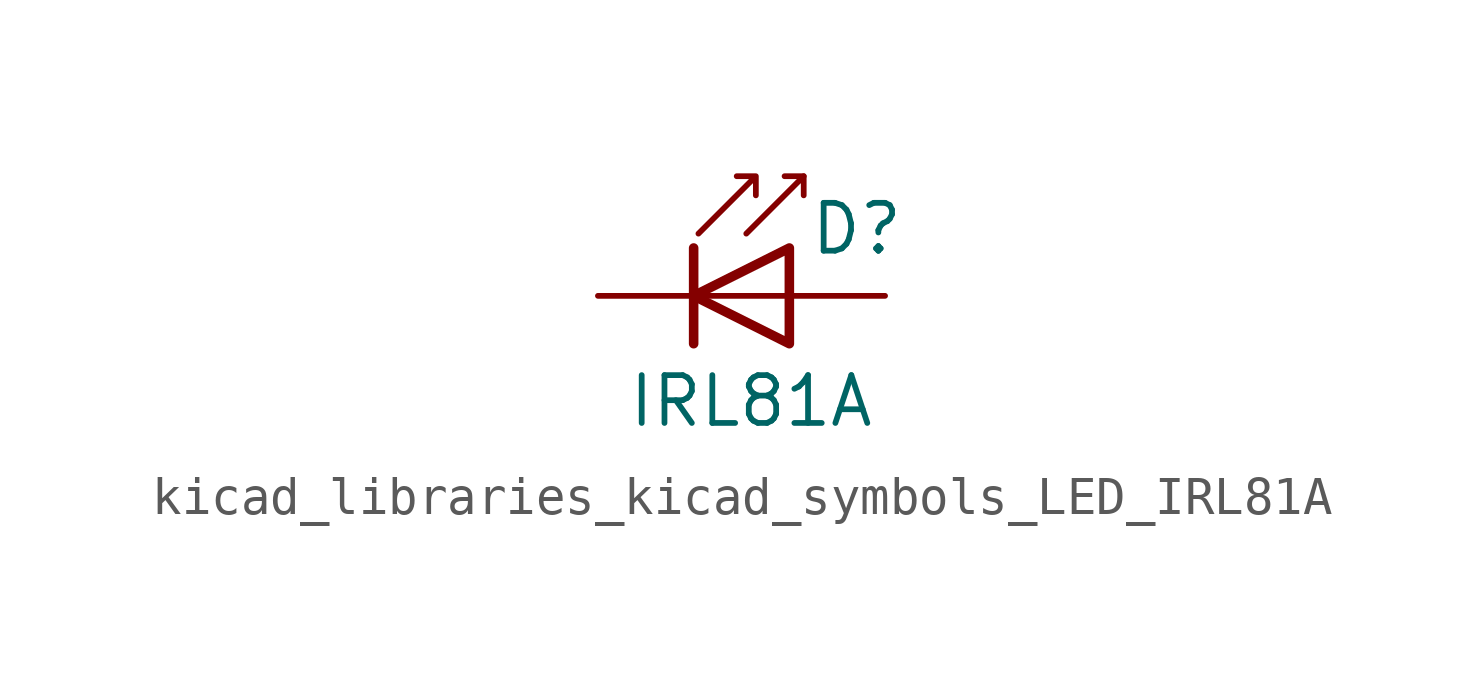
<source format=kicad_sym>
(kicad_symbol_lib
  (version 20220914)
  (generator kicad_symbol_editor)
  (symbol "kicad_libraries_kicad_symbols_LED_IRL81A"
    (pin_numbers hide)
    (pin_names
      (offset 1.016) hide)
    (property "Reference" "D"
      (at 0.508 1.778 0)
      (effects (font (size 1.27 1.27)) (justify left)))
    (property "Value" "IRL81A"
      (at -1.016 -2.794 0)
      (effects (font (size 1.27 1.27))))
    (symbol "kicad_libraries_kicad_symbols_LED_IRL81A_0_1"
      (polyline (pts (xy -2.54 0) (xy 0 0)) (stroke (width 0) (type default)) (fill (type none)))
      (polyline (pts (xy -2.54 1.27) (xy -2.54 -1.27)) (stroke (width 0.254) (type default)) (fill (type none)))
      (polyline (pts (xy 0.381 3.175) (xy -0.127 3.175)) (stroke (width 0) (type default)) (fill (type none)))
      (polyline (pts (xy -1.143 1.651) (xy 0.381 3.175) (xy 0.381 2.667)) (stroke (width 0) (type default)) (fill (type none)))
      (polyline (pts (xy 0 -1.27) (xy 0 1.27) (xy -2.54 0) (xy 0 -1.27)) (stroke (width 0.254) (type default)) (fill (type none)))
      (polyline (pts (xy -2.413 1.651) (xy -0.889 3.175) (xy -0.889 2.667) (xy -0.889 3.175) (xy -1.397 3.175)) (stroke (width 0) (type default)) (fill (type none))))
    (symbol "kicad_libraries_kicad_symbols_LED_IRL81A_1_1"
      (pin passive line (at -5.08 0 0) (length 2.54) (name "K" (effects (font (size 1.27 1.27)))) (number "1" (effects (font (size 1.27 1.27)))))
      (pin passive line (at 2.54 0 180) (length 2.54) (name "A" (effects (font (size 1.27 1.27)))) (number "2" (effects (font (size 1.27 1.27))))))))
</source>
